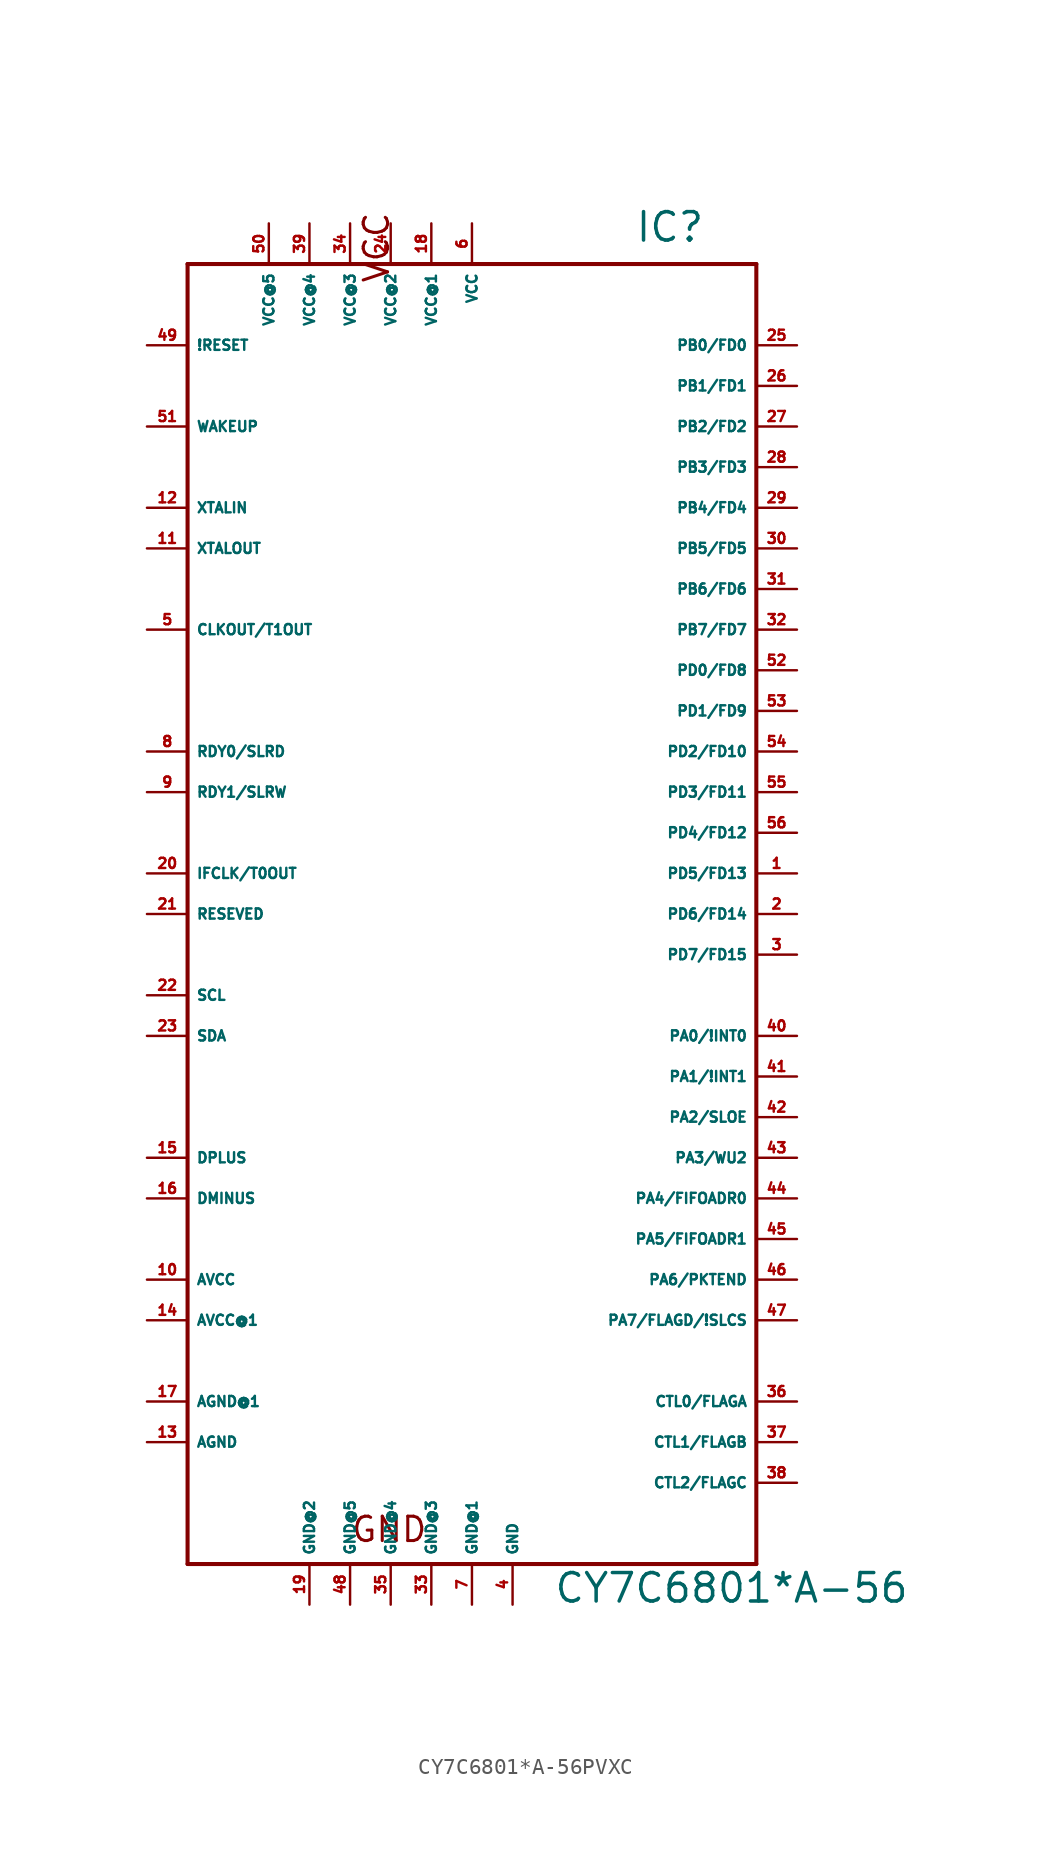
<source format=kicad_sym>
(kicad_symbol_lib
  (version 20220914)
  (generator Eagle2Kicad)
  (symbol "CY7C6801*A-56PVXC"
    (property "Reference" "IC"
      (at 10.16 39.37 0)
      (effects (font (size 1.778 1.778) (thickness 0.22)) (justify left bottom)))
    (property "Value" "CY7C6801*A-56"
      (at 5.08 -45.72 0)
      (effects (font (size 1.778 1.778) (thickness 0.22)) (justify left bottom)))
    (polyline
      (pts (xy -17.78 38.1) (xy 17.78 38.1))
      (stroke (width 0.254) (type default))
      (fill (type none)))
    (polyline
      (pts (xy 17.78 38.1) (xy 17.78 -43.18))
      (stroke (width 0.254) (type default))
      (fill (type none)))
    (polyline
      (pts (xy 17.78 -43.18) (xy -17.78 -43.18))
      (stroke (width 0.254) (type default))
      (fill (type none)))
    (polyline
      (pts (xy -17.78 -43.18) (xy -17.78 38.1))
      (stroke (width 0.254) (type default))
      (fill (type none)))
    (text "GND"
      (at -7.62 -41.91 0)
      (effects (font (size 1.524 1.524) (thickness 0.19)) (justify left bottom)))
    (text "VCC"
      (at -5.08 36.83 1800)
      (effects (font (size 1.524 1.524) (thickness 0.19)) (justify left bottom)))
    (pin input line
      (at -20.32 15.24 0)
      (length 2.54)
      (name "CLKOUT/T1OUT" (effects (font (size 0.635 0.635) (thickness 0.08)) (justify left bottom)))
      (number "5" (effects (font (size 0.635 0.635) (thickness 0.08)) (justify left bottom))))
    (pin input line
      (at 0 40.64 270)
      (length 2.54)
      (name "VCC" (effects (font (size 0.635 0.635) (thickness 0.08)) (justify left bottom)))
      (number "6" (effects (font (size 0.635 0.635) (thickness 0.08)) (justify left bottom))))
    (pin input line
      (at 2.54 -45.72 90)
      (length 2.54)
      (name "GND" (effects (font (size 0.635 0.635) (thickness 0.08)) (justify left bottom)))
      (number "4" (effects (font (size 0.635 0.635) (thickness 0.08)) (justify left bottom))))
    (pin input line
      (at -20.32 7.62 0)
      (length 2.54)
      (name "RDY0/SLRD" (effects (font (size 0.635 0.635) (thickness 0.08)) (justify left bottom)))
      (number "8" (effects (font (size 0.635 0.635) (thickness 0.08)) (justify left bottom))))
    (pin input line
      (at -20.32 5.08 0)
      (length 2.54)
      (name "RDY1/SLRW" (effects (font (size 0.635 0.635) (thickness 0.08)) (justify left bottom)))
      (number "9" (effects (font (size 0.635 0.635) (thickness 0.08)) (justify left bottom))))
    (pin input line
      (at -20.32 -25.4 0)
      (length 2.54)
      (name "AVCC" (effects (font (size 0.635 0.635) (thickness 0.08)) (justify left bottom)))
      (number "10" (effects (font (size 0.635 0.635) (thickness 0.08)) (justify left bottom))))
    (pin input line
      (at -20.32 20.32 0)
      (length 2.54)
      (name "XTALOUT" (effects (font (size 0.635 0.635) (thickness 0.08)) (justify left bottom)))
      (number "11" (effects (font (size 0.635 0.635) (thickness 0.08)) (justify left bottom))))
    (pin input line
      (at -20.32 22.86 0)
      (length 2.54)
      (name "XTALIN" (effects (font (size 0.635 0.635) (thickness 0.08)) (justify left bottom)))
      (number "12" (effects (font (size 0.635 0.635) (thickness 0.08)) (justify left bottom))))
    (pin input line
      (at -20.32 -35.56 0)
      (length 2.54)
      (name "AGND" (effects (font (size 0.635 0.635) (thickness 0.08)) (justify left bottom)))
      (number "13" (effects (font (size 0.635 0.635) (thickness 0.08)) (justify left bottom))))
    (pin input line
      (at -20.32 -27.94 0)
      (length 2.54)
      (name "AVCC@1" (effects (font (size 0.635 0.635) (thickness 0.08)) (justify left bottom)))
      (number "14" (effects (font (size 0.635 0.635) (thickness 0.08)) (justify left bottom))))
    (pin bidirectional line
      (at -20.32 -17.78 0)
      (length 2.54)
      (name "DPLUS" (effects (font (size 0.635 0.635) (thickness 0.08)) (justify left bottom)))
      (number "15" (effects (font (size 0.635 0.635) (thickness 0.08)) (justify left bottom))))
    (pin bidirectional line
      (at -20.32 -20.32 0)
      (length 2.54)
      (name "DMINUS" (effects (font (size 0.635 0.635) (thickness 0.08)) (justify left bottom)))
      (number "16" (effects (font (size 0.635 0.635) (thickness 0.08)) (justify left bottom))))
    (pin input line
      (at -20.32 -33.02 0)
      (length 2.54)
      (name "AGND@1" (effects (font (size 0.635 0.635) (thickness 0.08)) (justify left bottom)))
      (number "17" (effects (font (size 0.635 0.635) (thickness 0.08)) (justify left bottom))))
    (pin input line
      (at -2.54 40.64 270)
      (length 2.54)
      (name "VCC@1" (effects (font (size 0.635 0.635) (thickness 0.08)) (justify left bottom)))
      (number "18" (effects (font (size 0.635 0.635) (thickness 0.08)) (justify left bottom))))
    (pin input line
      (at 0 -45.72 90)
      (length 2.54)
      (name "GND@1" (effects (font (size 0.635 0.635) (thickness 0.08)) (justify left bottom)))
      (number "7" (effects (font (size 0.635 0.635) (thickness 0.08)) (justify left bottom))))
    (pin bidirectional line
      (at -20.32 0 0)
      (length 2.54)
      (name "IFCLK/T0OUT" (effects (font (size 0.635 0.635) (thickness 0.08)) (justify left bottom)))
      (number "20" (effects (font (size 0.635 0.635) (thickness 0.08)) (justify left bottom))))
    (pin input line
      (at -20.32 -2.54 0)
      (length 2.54)
      (name "RESEVED" (effects (font (size 0.635 0.635) (thickness 0.08)) (justify left bottom)))
      (number "21" (effects (font (size 0.635 0.635) (thickness 0.08)) (justify left bottom))))
    (pin output line
      (at -20.32 -7.62 0)
      (length 2.54)
      (name "SCL" (effects (font (size 0.635 0.635) (thickness 0.08)) (justify left bottom)))
      (number "22" (effects (font (size 0.635 0.635) (thickness 0.08)) (justify left bottom))))
    (pin bidirectional line
      (at -20.32 -10.16 0)
      (length 2.54)
      (name "SDA" (effects (font (size 0.635 0.635) (thickness 0.08)) (justify left bottom)))
      (number "23" (effects (font (size 0.635 0.635) (thickness 0.08)) (justify left bottom))))
    (pin input line
      (at -5.08 40.64 270)
      (length 2.54)
      (name "VCC@2" (effects (font (size 0.635 0.635) (thickness 0.08)) (justify left bottom)))
      (number "24" (effects (font (size 0.635 0.635) (thickness 0.08)) (justify left bottom))))
    (pin bidirectional line
      (at 20.32 33.02 180)
      (length 2.54)
      (name "PB0/FD0" (effects (font (size 0.635 0.635) (thickness 0.08)) (justify left bottom)))
      (number "25" (effects (font (size 0.635 0.635) (thickness 0.08)) (justify left bottom))))
    (pin bidirectional line
      (at 20.32 30.48 180)
      (length 2.54)
      (name "PB1/FD1" (effects (font (size 0.635 0.635) (thickness 0.08)) (justify left bottom)))
      (number "26" (effects (font (size 0.635 0.635) (thickness 0.08)) (justify left bottom))))
    (pin bidirectional line
      (at 20.32 27.94 180)
      (length 2.54)
      (name "PB2/FD2" (effects (font (size 0.635 0.635) (thickness 0.08)) (justify left bottom)))
      (number "27" (effects (font (size 0.635 0.635) (thickness 0.08)) (justify left bottom))))
    (pin bidirectional line
      (at 20.32 25.4 180)
      (length 2.54)
      (name "PB3/FD3" (effects (font (size 0.635 0.635) (thickness 0.08)) (justify left bottom)))
      (number "28" (effects (font (size 0.635 0.635) (thickness 0.08)) (justify left bottom))))
    (pin input line
      (at -7.62 40.64 270)
      (length 2.54)
      (name "VCC@3" (effects (font (size 0.635 0.635) (thickness 0.08)) (justify left bottom)))
      (number "34" (effects (font (size 0.635 0.635) (thickness 0.08)) (justify left bottom))))
    (pin input line
      (at -2.54 -45.72 90)
      (length 2.54)
      (name "GND@3" (effects (font (size 0.635 0.635) (thickness 0.08)) (justify left bottom)))
      (number "33" (effects (font (size 0.635 0.635) (thickness 0.08)) (justify left bottom))))
    (pin bidirectional line
      (at 20.32 22.86 180)
      (length 2.54)
      (name "PB4/FD4" (effects (font (size 0.635 0.635) (thickness 0.08)) (justify left bottom)))
      (number "29" (effects (font (size 0.635 0.635) (thickness 0.08)) (justify left bottom))))
    (pin bidirectional line
      (at 20.32 20.32 180)
      (length 2.54)
      (name "PB5/FD5" (effects (font (size 0.635 0.635) (thickness 0.08)) (justify left bottom)))
      (number "30" (effects (font (size 0.635 0.635) (thickness 0.08)) (justify left bottom))))
    (pin bidirectional line
      (at 20.32 17.78 180)
      (length 2.54)
      (name "PB6/FD6" (effects (font (size 0.635 0.635) (thickness 0.08)) (justify left bottom)))
      (number "31" (effects (font (size 0.635 0.635) (thickness 0.08)) (justify left bottom))))
    (pin bidirectional line
      (at 20.32 15.24 180)
      (length 2.54)
      (name "PB7/FD7" (effects (font (size 0.635 0.635) (thickness 0.08)) (justify left bottom)))
      (number "32" (effects (font (size 0.635 0.635) (thickness 0.08)) (justify left bottom))))
    (pin input line
      (at -5.08 -45.72 90)
      (length 2.54)
      (name "GND@4" (effects (font (size 0.635 0.635) (thickness 0.08)) (justify left bottom)))
      (number "35" (effects (font (size 0.635 0.635) (thickness 0.08)) (justify left bottom))))
    (pin input line
      (at -10.16 40.64 270)
      (length 2.54)
      (name "VCC@4" (effects (font (size 0.635 0.635) (thickness 0.08)) (justify left bottom)))
      (number "39" (effects (font (size 0.635 0.635) (thickness 0.08)) (justify left bottom))))
    (pin input line
      (at -7.62 -45.72 90)
      (length 2.54)
      (name "GND@5" (effects (font (size 0.635 0.635) (thickness 0.08)) (justify left bottom)))
      (number "48" (effects (font (size 0.635 0.635) (thickness 0.08)) (justify left bottom))))
    (pin input line
      (at -12.7 40.64 270)
      (length 2.54)
      (name "VCC@5" (effects (font (size 0.635 0.635) (thickness 0.08)) (justify left bottom)))
      (number "50" (effects (font (size 0.635 0.635) (thickness 0.08)) (justify left bottom))))
    (pin output line
      (at 20.32 -33.02 180)
      (length 2.54)
      (name "CTL0/FLAGA" (effects (font (size 0.635 0.635) (thickness 0.08)) (justify left bottom)))
      (number "36" (effects (font (size 0.635 0.635) (thickness 0.08)) (justify left bottom))))
    (pin output line
      (at 20.32 -35.56 180)
      (length 2.54)
      (name "CTL1/FLAGB" (effects (font (size 0.635 0.635) (thickness 0.08)) (justify left bottom)))
      (number "37" (effects (font (size 0.635 0.635) (thickness 0.08)) (justify left bottom))))
    (pin output line
      (at 20.32 -38.1 180)
      (length 2.54)
      (name "CTL2/FLAGC" (effects (font (size 0.635 0.635) (thickness 0.08)) (justify left bottom)))
      (number "38" (effects (font (size 0.635 0.635) (thickness 0.08)) (justify left bottom))))
    (pin bidirectional line
      (at 20.32 -10.16 180)
      (length 2.54)
      (name "PA0/!INT0" (effects (font (size 0.635 0.635) (thickness 0.08)) (justify left bottom)))
      (number "40" (effects (font (size 0.635 0.635) (thickness 0.08)) (justify left bottom))))
    (pin bidirectional line
      (at 20.32 -12.7 180)
      (length 2.54)
      (name "PA1/!INT1" (effects (font (size 0.635 0.635) (thickness 0.08)) (justify left bottom)))
      (number "41" (effects (font (size 0.635 0.635) (thickness 0.08)) (justify left bottom))))
    (pin bidirectional line
      (at 20.32 -15.24 180)
      (length 2.54)
      (name "PA2/SLOE" (effects (font (size 0.635 0.635) (thickness 0.08)) (justify left bottom)))
      (number "42" (effects (font (size 0.635 0.635) (thickness 0.08)) (justify left bottom))))
    (pin bidirectional line
      (at 20.32 -17.78 180)
      (length 2.54)
      (name "PA3/WU2" (effects (font (size 0.635 0.635) (thickness 0.08)) (justify left bottom)))
      (number "43" (effects (font (size 0.635 0.635) (thickness 0.08)) (justify left bottom))))
    (pin bidirectional line
      (at 20.32 -20.32 180)
      (length 2.54)
      (name "PA4/FIFOADR0" (effects (font (size 0.635 0.635) (thickness 0.08)) (justify left bottom)))
      (number "44" (effects (font (size 0.635 0.635) (thickness 0.08)) (justify left bottom))))
    (pin bidirectional line
      (at 20.32 -22.86 180)
      (length 2.54)
      (name "PA5/FIFOADR1" (effects (font (size 0.635 0.635) (thickness 0.08)) (justify left bottom)))
      (number "45" (effects (font (size 0.635 0.635) (thickness 0.08)) (justify left bottom))))
    (pin bidirectional line
      (at 20.32 -25.4 180)
      (length 2.54)
      (name "PA6/PKTEND" (effects (font (size 0.635 0.635) (thickness 0.08)) (justify left bottom)))
      (number "46" (effects (font (size 0.635 0.635) (thickness 0.08)) (justify left bottom))))
    (pin bidirectional line
      (at 20.32 -27.94 180)
      (length 2.54)
      (name "PA7/FLAGD/!SLCS" (effects (font (size 0.635 0.635) (thickness 0.08)) (justify left bottom)))
      (number "47" (effects (font (size 0.635 0.635) (thickness 0.08)) (justify left bottom))))
    (pin bidirectional line
      (at 20.32 12.7 180)
      (length 2.54)
      (name "PD0/FD8" (effects (font (size 0.635 0.635) (thickness 0.08)) (justify left bottom)))
      (number "52" (effects (font (size 0.635 0.635) (thickness 0.08)) (justify left bottom))))
    (pin bidirectional line
      (at 20.32 10.16 180)
      (length 2.54)
      (name "PD1/FD9" (effects (font (size 0.635 0.635) (thickness 0.08)) (justify left bottom)))
      (number "53" (effects (font (size 0.635 0.635) (thickness 0.08)) (justify left bottom))))
    (pin bidirectional line
      (at 20.32 7.62 180)
      (length 2.54)
      (name "PD2/FD10" (effects (font (size 0.635 0.635) (thickness 0.08)) (justify left bottom)))
      (number "54" (effects (font (size 0.635 0.635) (thickness 0.08)) (justify left bottom))))
    (pin bidirectional line
      (at 20.32 5.08 180)
      (length 2.54)
      (name "PD3/FD11" (effects (font (size 0.635 0.635) (thickness 0.08)) (justify left bottom)))
      (number "55" (effects (font (size 0.635 0.635) (thickness 0.08)) (justify left bottom))))
    (pin bidirectional line
      (at 20.32 2.54 180)
      (length 2.54)
      (name "PD4/FD12" (effects (font (size 0.635 0.635) (thickness 0.08)) (justify left bottom)))
      (number "56" (effects (font (size 0.635 0.635) (thickness 0.08)) (justify left bottom))))
    (pin bidirectional line
      (at 20.32 0 180)
      (length 2.54)
      (name "PD5/FD13" (effects (font (size 0.635 0.635) (thickness 0.08)) (justify left bottom)))
      (number "1" (effects (font (size 0.635 0.635) (thickness 0.08)) (justify left bottom))))
    (pin bidirectional line
      (at 20.32 -2.54 180)
      (length 2.54)
      (name "PD6/FD14" (effects (font (size 0.635 0.635) (thickness 0.08)) (justify left bottom)))
      (number "2" (effects (font (size 0.635 0.635) (thickness 0.08)) (justify left bottom))))
    (pin bidirectional line
      (at 20.32 -5.08 180)
      (length 2.54)
      (name "PD7/FD15" (effects (font (size 0.635 0.635) (thickness 0.08)) (justify left bottom)))
      (number "3" (effects (font (size 0.635 0.635) (thickness 0.08)) (justify left bottom))))
    (pin input line
      (at -20.32 27.94 0)
      (length 2.54)
      (name "WAKEUP" (effects (font (size 0.635 0.635) (thickness 0.08)) (justify left bottom)))
      (number "51" (effects (font (size 0.635 0.635) (thickness 0.08)) (justify left bottom))))
    (pin input line
      (at -10.16 -45.72 90)
      (length 2.54)
      (name "GND@2" (effects (font (size 0.635 0.635) (thickness 0.08)) (justify left bottom)))
      (number "19" (effects (font (size 0.635 0.635) (thickness 0.08)) (justify left bottom))))
    (pin input line
      (at -20.32 33.02 0)
      (length 2.54)
      (name "!RESET" (effects (font (size 0.635 0.635) (thickness 0.08)) (justify left bottom)))
      (number "49" (effects (font (size 0.635 0.635) (thickness 0.08)) (justify left bottom))))))
</source>
